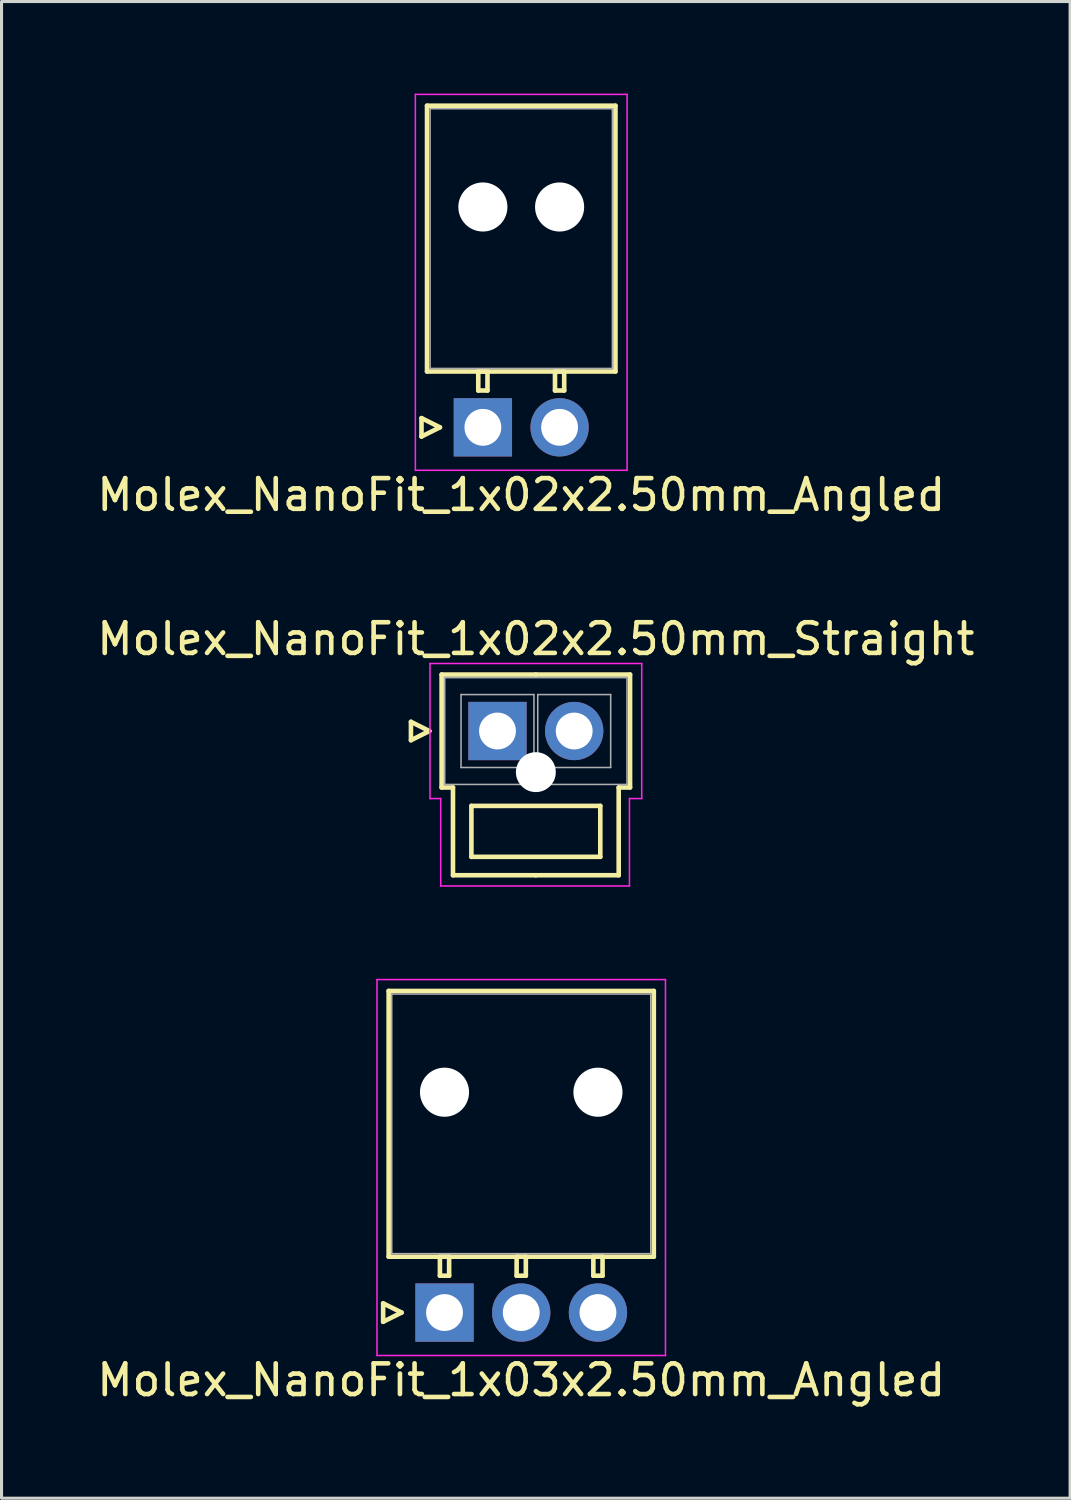
<source format=kicad_pcb>
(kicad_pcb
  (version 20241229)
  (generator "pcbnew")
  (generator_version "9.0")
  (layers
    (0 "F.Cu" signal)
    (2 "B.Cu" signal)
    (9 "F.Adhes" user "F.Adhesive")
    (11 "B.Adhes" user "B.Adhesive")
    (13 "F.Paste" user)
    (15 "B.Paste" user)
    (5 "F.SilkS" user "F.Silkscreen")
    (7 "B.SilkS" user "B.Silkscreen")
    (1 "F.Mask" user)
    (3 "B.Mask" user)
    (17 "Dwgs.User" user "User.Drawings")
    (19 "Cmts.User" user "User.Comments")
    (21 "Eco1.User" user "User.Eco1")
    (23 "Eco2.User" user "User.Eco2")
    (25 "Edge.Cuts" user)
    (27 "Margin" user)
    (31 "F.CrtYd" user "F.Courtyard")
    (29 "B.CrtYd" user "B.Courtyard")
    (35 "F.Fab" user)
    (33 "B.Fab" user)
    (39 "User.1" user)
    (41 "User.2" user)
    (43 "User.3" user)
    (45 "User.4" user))
  (footprint "Molex_NanoFit_1x03x2.50mm_Angled"
    (layer "F.Cu")
    (at 11.435 39.721)
    (property "Reference" "Molex_NanoFit_1x03x2.50mm_Angled" (at 2.5 2.2 0) (layer "F.SilkS") (effects (font (size 1 1) (thickness 0.15))))
    (attr through_hole)
    (fp_line (start -2 -0.3) (end -1.4 0) (stroke (width 0.15) (type solid)) (layer "F.SilkS"))
    (fp_line (start -2 0.3) (end -2 -0.3) (stroke (width 0.15) (type solid)) (layer "F.SilkS"))
    (fp_line (start -1.82 -10.48) (end -1.82 -1.82) (stroke (width 0.15) (type solid)) (layer "F.SilkS"))
    (fp_line (start -1.82 -1.82) (end 6.82 -1.82) (stroke (width 0.15) (type solid)) (layer "F.SilkS"))
    (fp_line (start -1.4 0) (end -2 0.3) (stroke (width 0.15) (type solid)) (layer "F.SilkS"))
    (fp_line (start -0.15 -1.82) (end -0.15 -1.2) (stroke (width 0.15) (type solid)) (layer "F.SilkS"))
    (fp_line (start -0.15 -1.2) (end 0.15 -1.2) (stroke (width 0.15) (type solid)) (layer "F.SilkS"))
    (fp_line (start 0.15 -1.82) (end -0.15 -1.82) (stroke (width 0.15) (type solid)) (layer "F.SilkS"))
    (fp_line (start 0.15 -1.2) (end 0.15 -1.82) (stroke (width 0.15) (type solid)) (layer "F.SilkS"))
    (fp_line (start 2.35 -1.82) (end 2.35 -1.2) (stroke (width 0.15) (type solid)) (layer "F.SilkS"))
    (fp_line (start 2.35 -1.2) (end 2.65 -1.2) (stroke (width 0.15) (type solid)) (layer "F.SilkS"))
    (fp_line (start 2.65 -1.82) (end 2.35 -1.82) (stroke (width 0.15) (type solid)) (layer "F.SilkS"))
    (fp_line (start 2.65 -1.2) (end 2.65 -1.82) (stroke (width 0.15) (type solid)) (layer "F.SilkS"))
    (fp_line (start 4.85 -1.82) (end 4.85 -1.2) (stroke (width 0.15) (type solid)) (layer "F.SilkS"))
    (fp_line (start 4.85 -1.2) (end 5.15 -1.2) (stroke (width 0.15) (type solid)) (layer "F.SilkS"))
    (fp_line (start 5.15 -1.82) (end 4.85 -1.82) (stroke (width 0.15) (type solid)) (layer "F.SilkS"))
    (fp_line (start 5.15 -1.2) (end 5.15 -1.82) (stroke (width 0.15) (type solid)) (layer "F.SilkS"))
    (fp_line (start 6.82 -10.48) (end -1.82 -10.48) (stroke (width 0.15) (type solid)) (layer "F.SilkS"))
    (fp_line (start 6.82 -1.82) (end 6.82 -10.48) (stroke (width 0.15) (type solid)) (layer "F.SilkS"))
    (fp_line (start -2.2 -10.85) (end -2.2 1.4) (stroke (width 0.05) (type solid)) (layer "F.CrtYd"))
    (fp_line (start -2.2 1.4) (end 7.2 1.4) (stroke (width 0.05) (type solid)) (layer "F.CrtYd"))
    (fp_line (start 7.2 -10.85) (end -2.2 -10.85) (stroke (width 0.05) (type solid)) (layer "F.CrtYd"))
    (fp_line (start 7.2 1.4) (end 7.2 -10.85) (stroke (width 0.05) (type solid)) (layer "F.CrtYd"))
    (fp_line (start -1.72 -10.38) (end -1.72 -1.92) (stroke (width 0.05) (type solid)) (layer "F.Fab"))
    (fp_line (start -1.72 -1.92) (end 6.72 -1.92) (stroke (width 0.05) (type solid)) (layer "F.Fab"))
    (fp_line (start 6.72 -10.38) (end -1.72 -10.38) (stroke (width 0.05) (type solid)) (layer "F.Fab"))
    (fp_line (start 6.72 -1.92) (end 6.72 -10.38) (stroke (width 0.05) (type solid)) (layer "F.Fab"))
    (pad "" np_thru_hole circle (at 0 -7.18) (size 1.6 1.6) (drill 1.6) (layers "*.Cu"))
    (pad "" np_thru_hole circle (at 5 -7.18) (size 1.6 1.6) (drill 1.6) (layers "*.Cu"))
    (pad "1" thru_hole rect (at 0 0) (size 1.9 1.9) (drill 1.2) (layers "*.Cu" "*.Mask"))
    (pad "2" thru_hole circle (at 2.5 0) (size 1.9 1.9) (drill 1.2) (layers "*.Cu" "*.Mask"))
    (pad "3" thru_hole circle (at 5 0) (size 1.9 1.9) (drill 1.2) (layers "*.Cu" "*.Mask")))
  (footprint "Molex_NanoFit_1x02x2.50mm_Angled"
    (layer "F.Cu")
    (at 12.685 10.875)
    (property "Reference" "Molex_NanoFit_1x02x2.50mm_Angled" (at 1.25 2.2 0) (layer "F.SilkS") (effects (font (size 1 1) (thickness 0.15))))
    (attr through_hole)
    (fp_line (start -2 -0.3) (end -1.4 0) (stroke (width 0.15) (type solid)) (layer "F.SilkS"))
    (fp_line (start -2 0.3) (end -2 -0.3) (stroke (width 0.15) (type solid)) (layer "F.SilkS"))
    (fp_line (start -1.82 -10.48) (end -1.82 -1.82) (stroke (width 0.15) (type solid)) (layer "F.SilkS"))
    (fp_line (start -1.82 -1.82) (end 4.32 -1.82) (stroke (width 0.15) (type solid)) (layer "F.SilkS"))
    (fp_line (start -1.4 0) (end -2 0.3) (stroke (width 0.15) (type solid)) (layer "F.SilkS"))
    (fp_line (start -0.15 -1.82) (end -0.15 -1.2) (stroke (width 0.15) (type solid)) (layer "F.SilkS"))
    (fp_line (start -0.15 -1.2) (end 0.15 -1.2) (stroke (width 0.15) (type solid)) (layer "F.SilkS"))
    (fp_line (start 0.15 -1.82) (end -0.15 -1.82) (stroke (width 0.15) (type solid)) (layer "F.SilkS"))
    (fp_line (start 0.15 -1.2) (end 0.15 -1.82) (stroke (width 0.15) (type solid)) (layer "F.SilkS"))
    (fp_line (start 2.35 -1.82) (end 2.35 -1.2) (stroke (width 0.15) (type solid)) (layer "F.SilkS"))
    (fp_line (start 2.35 -1.2) (end 2.65 -1.2) (stroke (width 0.15) (type solid)) (layer "F.SilkS"))
    (fp_line (start 2.65 -1.82) (end 2.35 -1.82) (stroke (width 0.15) (type solid)) (layer "F.SilkS"))
    (fp_line (start 2.65 -1.2) (end 2.65 -1.82) (stroke (width 0.15) (type solid)) (layer "F.SilkS"))
    (fp_line (start 4.32 -10.48) (end -1.82 -10.48) (stroke (width 0.15) (type solid)) (layer "F.SilkS"))
    (fp_line (start 4.32 -1.82) (end 4.32 -10.48) (stroke (width 0.15) (type solid)) (layer "F.SilkS"))
    (fp_line (start -2.2 -10.85) (end -2.2 1.4) (stroke (width 0.05) (type solid)) (layer "F.CrtYd"))
    (fp_line (start -2.2 1.4) (end 4.7 1.4) (stroke (width 0.05) (type solid)) (layer "F.CrtYd"))
    (fp_line (start 4.7 -10.85) (end -2.2 -10.85) (stroke (width 0.05) (type solid)) (layer "F.CrtYd"))
    (fp_line (start 4.7 1.4) (end 4.7 -10.85) (stroke (width 0.05) (type solid)) (layer "F.CrtYd"))
    (fp_line (start -1.72 -10.38) (end -1.72 -1.92) (stroke (width 0.05) (type solid)) (layer "F.Fab"))
    (fp_line (start -1.72 -1.92) (end 4.22 -1.92) (stroke (width 0.05) (type solid)) (layer "F.Fab"))
    (fp_line (start 4.22 -10.38) (end -1.72 -10.38) (stroke (width 0.05) (type solid)) (layer "F.Fab"))
    (fp_line (start 4.22 -1.92) (end 4.22 -10.38) (stroke (width 0.05) (type solid)) (layer "F.Fab"))
    (pad "" np_thru_hole circle (at 0 -7.18) (size 1.6 1.6) (drill 1.6) (layers "*.Cu"))
    (pad "" np_thru_hole circle (at 2.5 -7.18) (size 1.6 1.6) (drill 1.6) (layers "*.Cu"))
    (pad "1" thru_hole rect (at 0 0) (size 1.9 1.9) (drill 1.2) (layers "*.Cu" "*.Mask"))
    (pad "2" thru_hole circle (at 2.5 0) (size 1.9 1.9) (drill 1.2) (layers "*.Cu" "*.Mask")))
  (footprint "Molex_NanoFit_1x02x2.50mm_Straight"
    (layer "F.Cu")
    (at 13.161 20.771)
    (property "Reference" "Molex_NanoFit_1x02x2.50mm_Straight" (at 1.25 -3 0) (layer "F.SilkS") (effects (font (size 1 1) (thickness 0.15))))
    (attr through_hole)
    (fp_line (start -2.82 -0.3) (end -2.22 0) (stroke (width 0.15) (type solid)) (layer "F.SilkS"))
    (fp_line (start -2.82 0.3) (end -2.82 -0.3) (stroke (width 0.15) (type solid)) (layer "F.SilkS"))
    (fp_line (start -2.22 0) (end -2.82 0.3) (stroke (width 0.15) (type solid)) (layer "F.SilkS"))
    (fp_line (start -1.82 -1.84) (end -1.82 1.84) (stroke (width 0.15) (type solid)) (layer "F.SilkS"))
    (fp_line (start -1.82 1.84) (end -1.45 1.84) (stroke (width 0.15) (type solid)) (layer "F.SilkS"))
    (fp_line (start -1.45 1.84) (end -1.45 4.7) (stroke (width 0.15) (type solid)) (layer "F.SilkS"))
    (fp_line (start -1.45 4.7) (end 1.25 4.7) (stroke (width 0.15) (type solid)) (layer "F.SilkS"))
    (fp_line (start -0.85 2.44) (end -0.85 4.1) (stroke (width 0.15) (type solid)) (layer "F.SilkS"))
    (fp_line (start -0.85 4.1) (end 3.35 4.1) (stroke (width 0.15) (type solid)) (layer "F.SilkS"))
    (fp_line (start 1.25 -1.84) (end -1.82 -1.84) (stroke (width 0.15) (type solid)) (layer "F.SilkS"))
    (fp_line (start 1.25 -1.84) (end 4.32 -1.84) (stroke (width 0.15) (type solid)) (layer "F.SilkS"))
    (fp_line (start 3.35 2.44) (end -0.85 2.44) (stroke (width 0.15) (type solid)) (layer "F.SilkS"))
    (fp_line (start 3.35 4.1) (end 3.35 2.44) (stroke (width 0.15) (type solid)) (layer "F.SilkS"))
    (fp_line (start 3.95 1.84) (end 3.95 4.7) (stroke (width 0.15) (type solid)) (layer "F.SilkS"))
    (fp_line (start 3.95 4.7) (end 1.25 4.7) (stroke (width 0.15) (type solid)) (layer "F.SilkS"))
    (fp_line (start 4.32 -1.84) (end 4.32 1.84) (stroke (width 0.15) (type solid)) (layer "F.SilkS"))
    (fp_line (start 4.32 1.84) (end 3.95 1.84) (stroke (width 0.15) (type solid)) (layer "F.SilkS"))
    (fp_line (start -2.2 -2.2) (end -2.2 2.2) (stroke (width 0.05) (type solid)) (layer "F.CrtYd"))
    (fp_line (start -2.2 2.2) (end -1.85 2.2) (stroke (width 0.05) (type solid)) (layer "F.CrtYd"))
    (fp_line (start -1.85 2.2) (end -1.85 5.05) (stroke (width 0.05) (type solid)) (layer "F.CrtYd"))
    (fp_line (start -1.85 5.05) (end 4.3 5.05) (stroke (width 0.05) (type solid)) (layer "F.CrtYd"))
    (fp_line (start 4.3 2.2) (end 4.7 2.2) (stroke (width 0.05) (type solid)) (layer "F.CrtYd"))
    (fp_line (start 4.3 5.05) (end 4.3 2.2) (stroke (width 0.05) (type solid)) (layer "F.CrtYd"))
    (fp_line (start 4.7 -2.2) (end -2.2 -2.2) (stroke (width 0.05) (type solid)) (layer "F.CrtYd"))
    (fp_line (start 4.7 2.2) (end 4.7 -2.2) (stroke (width 0.05) (type solid)) (layer "F.CrtYd"))
    (fp_line (start -1.72 -1.74) (end -1.72 1.74) (stroke (width 0.05) (type solid)) (layer "F.Fab"))
    (fp_line (start -1.72 1.74) (end 4.22 1.74) (stroke (width 0.05) (type solid)) (layer "F.Fab"))
    (fp_line (start -1.188 -1.188) (end -1.188 1.188) (stroke (width 0.05) (type solid)) (layer "F.Fab"))
    (fp_line (start -1.188 1.188) (end 1.188 1.188) (stroke (width 0.05) (type solid)) (layer "F.Fab"))
    (fp_line (start 1.188 -1.188) (end -1.188 -1.188) (stroke (width 0.05) (type solid)) (layer "F.Fab"))
    (fp_line (start 1.188 1.188) (end 1.188 -1.188) (stroke (width 0.05) (type solid)) (layer "F.Fab"))
    (fp_line (start 1.312 -1.188) (end 1.312 1.188) (stroke (width 0.05) (type solid)) (layer "F.Fab"))
    (fp_line (start 1.312 1.188) (end 3.688 1.188) (stroke (width 0.05) (type solid)) (layer "F.Fab"))
    (fp_line (start 3.688 -1.188) (end 1.312 -1.188) (stroke (width 0.05) (type solid)) (layer "F.Fab"))
    (fp_line (start 3.688 1.188) (end 3.688 -1.188) (stroke (width 0.05) (type solid)) (layer "F.Fab"))
    (fp_line (start 4.22 -1.74) (end -1.72 -1.74) (stroke (width 0.05) (type solid)) (layer "F.Fab"))
    (fp_line (start 4.22 1.74) (end 4.22 -1.74) (stroke (width 0.05) (type solid)) (layer "F.Fab"))
    (pad "" np_thru_hole circle (at 1.25 1.34) (size 1.3 1.3) (drill 1.3) (layers "*.Cu"))
    (pad "1" thru_hole rect (at 0 0) (size 1.9 1.9) (drill 1.2) (layers "*.Cu" "*.Mask"))
    (pad "2" thru_hole circle (at 2.5 0) (size 1.9 1.9) (drill 1.2) (layers "*.Cu" "*.Mask")))
  (gr_rect
    (start -3 -3)
    (end 31.821 45.77)
    (stroke (width 0.1) (type default))
    (fill no)
    (layer "Edge.Cuts")))
</source>
